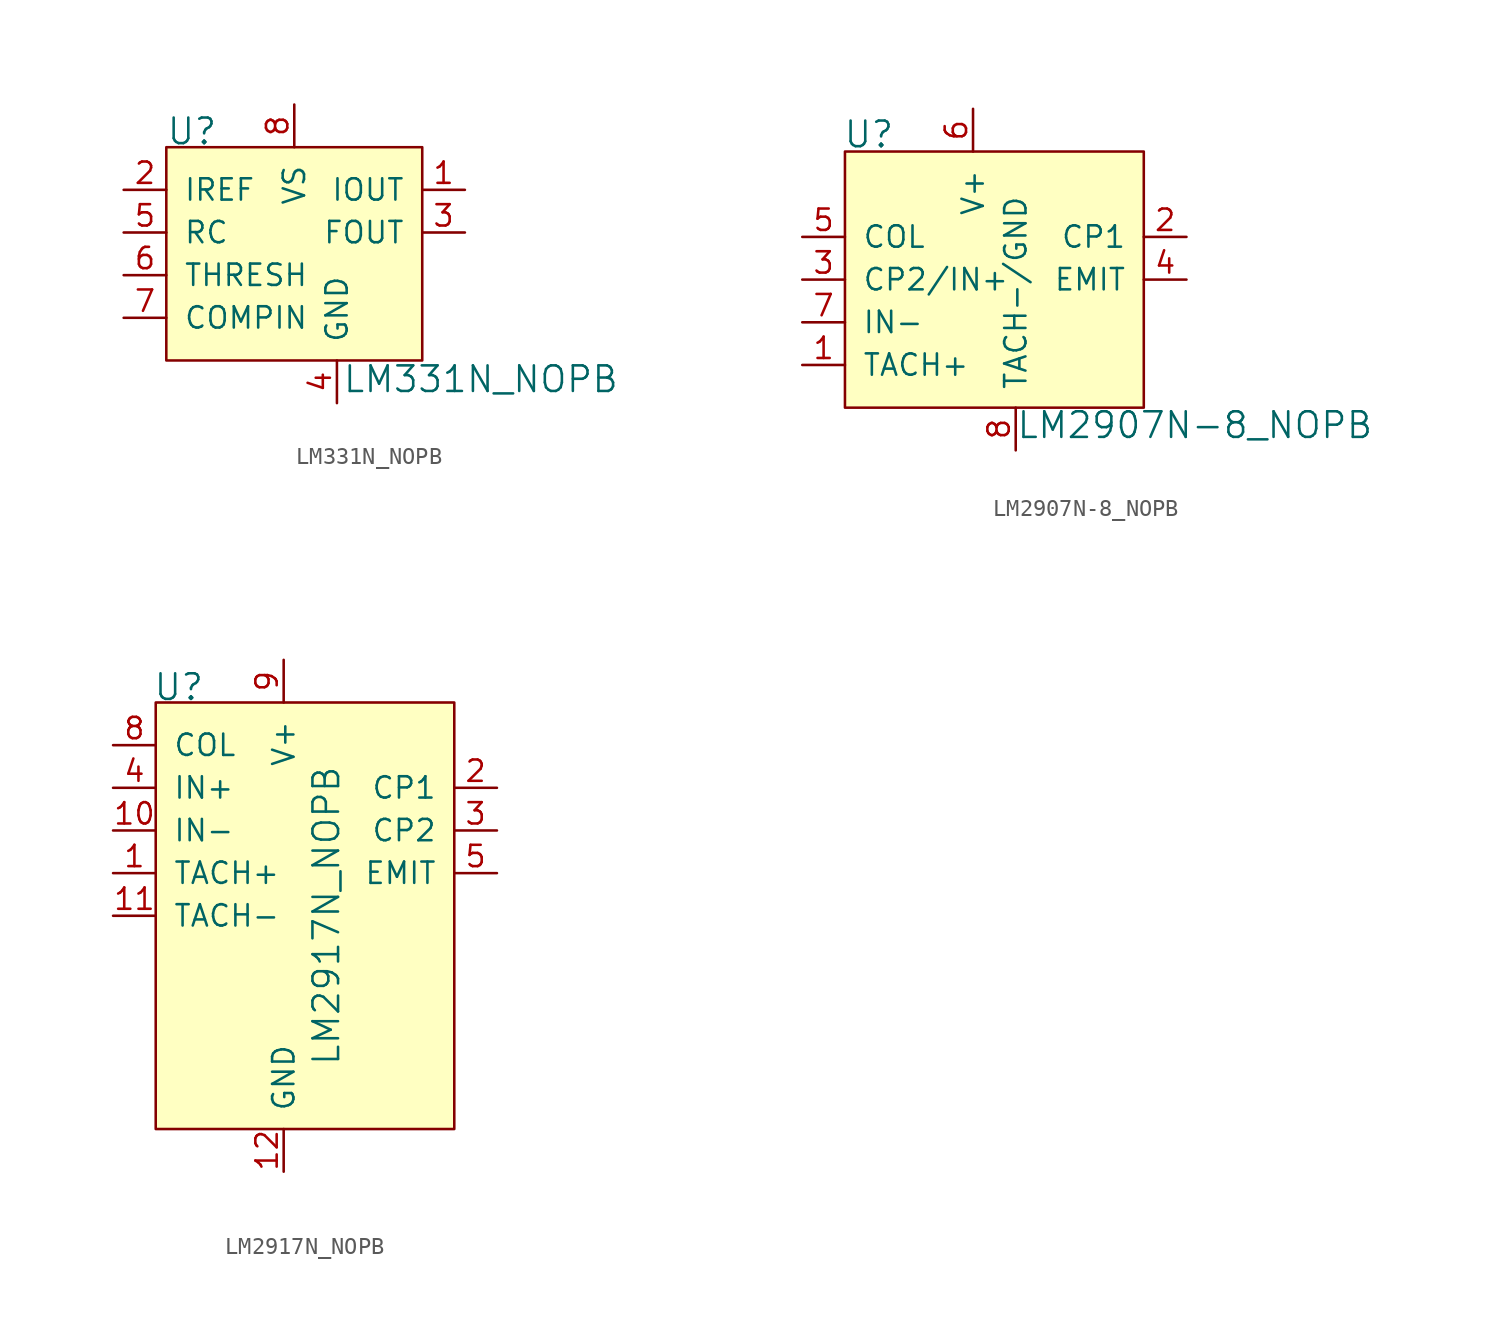
<source format=kicad_sym>
(kicad_symbol_lib
  (version 20220914)
  (generator kicad_symbol_editor)
  (symbol "LM331N_NOPB"
    (pin_names
      (offset 1.016))
    (property "Reference" "U"
      (at -7.645 0.94 0)
      (effects (font (size 1.524 1.524)) (justify left)))
    (property "Value" "LM331N_NOPB"
      (at 2.845 -13.818 0)
      (effects (font (size 1.524 1.524)) (justify left)))
    (symbol "LM331N_NOPB_0_1"
      (rectangle (start -7.62 0) (end 7.62 -12.7) (stroke (width 0) (type solid)) (fill (type background))))
    (symbol "LM331N_NOPB_1_1"
      (pin output line (at 10.16 -2.54 180) (length 2.54) (name "IOUT" (effects (font (size 1.27 1.27)))) (number "1" (effects (font (size 1.27 1.27)))))
      (pin input line (at -10.16 -2.54 0) (length 2.54) (name "IREF" (effects (font (size 1.27 1.27)))) (number "2" (effects (font (size 1.27 1.27)))))
      (pin output line (at 10.16 -5.08 180) (length 2.54) (name "FOUT" (effects (font (size 1.27 1.27)))) (number "3" (effects (font (size 1.27 1.27)))))
      (pin power_in line (at 2.54 -15.24 90) (length 2.54) (name "GND" (effects (font (size 1.27 1.27)))) (number "4" (effects (font (size 1.27 1.27)))))
      (pin input line (at -10.16 -5.08 0) (length 2.54) (name "RC" (effects (font (size 1.27 1.27)))) (number "5" (effects (font (size 1.27 1.27)))))
      (pin input line (at -10.16 -7.62 0) (length 2.54) (name "THRESH" (effects (font (size 1.27 1.27)))) (number "6" (effects (font (size 1.27 1.27)))))
      (pin input line (at -10.16 -10.16 0) (length 2.54) (name "COMPIN" (effects (font (size 1.27 1.27)))) (number "7" (effects (font (size 1.27 1.27)))))
      (pin power_in line (at 0 2.54 270) (length 2.54) (name "VS" (effects (font (size 1.27 1.27)))) (number "8" (effects (font (size 1.27 1.27)))))))
  (symbol "LM2907N-8_NOPB"
    (pin_names
      (offset 1.016))
    (property "Reference" "U"
      (at -10.287 1.016 0)
      (effects (font (size 1.524 1.524)) (justify left)))
    (property "Value" "LM2907N-8_NOPB"
      (at 0 -16.281 0)
      (effects (font (size 1.524 1.524)) (justify left)))
    (symbol "LM2907N-8_NOPB_0_1"
      (rectangle (start 7.62 0) (end -10.16 -15.24) (stroke (width 0) (type solid)) (fill (type background))))
    (symbol "LM2907N-8_NOPB_1_1"
      (pin input line (at -12.7 -12.7 0) (length 2.54) (name "TACH+" (effects (font (size 1.27 1.27)))) (number "1" (effects (font (size 1.27 1.27)))))
      (pin output line (at 10.16 -5.08 180) (length 2.54) (name "CP1" (effects (font (size 1.27 1.27)))) (number "2" (effects (font (size 1.27 1.27)))))
      (pin bidirectional line (at -12.7 -7.62 0) (length 2.54) (name "CP2/IN+" (effects (font (size 1.27 1.27)))) (number "3" (effects (font (size 1.27 1.27)))))
      (pin output line (at 10.16 -7.62 180) (length 2.54) (name "EMIT" (effects (font (size 1.27 1.27)))) (number "4" (effects (font (size 1.27 1.27)))))
      (pin input line (at -12.7 -5.08 0) (length 2.54) (name "COL" (effects (font (size 1.27 1.27)))) (number "5" (effects (font (size 1.27 1.27)))))
      (pin power_in line (at -2.54 2.54 270) (length 2.54) (name "V+" (effects (font (size 1.27 1.27)))) (number "6" (effects (font (size 1.27 1.27)))))
      (pin input line (at -12.7 -10.16 0) (length 2.54) (name "IN-" (effects (font (size 1.27 1.27)))) (number "7" (effects (font (size 1.27 1.27)))))
      (pin input line (at 0 -17.78 90) (length 2.54) (name "TACH-/GND" (effects (font (size 1.27 1.27)))) (number "8" (effects (font (size 1.27 1.27)))))))
  (symbol "LM2917N_NOPB"
    (pin_names
      (offset 1.016))
    (property "Reference" "U"
      (at -7.798 11.074 0)
      (effects (font (size 1.524 1.524)) (justify left)))
    (property "Value" "LM2917N_NOPB"
      (at 2.54 -2.54 90)
      (effects (font (size 1.524 1.524))))
    (symbol "LM2917N_NOPB_0_1"
      (rectangle (start -7.62 10.16) (end 10.16 -15.24) (stroke (width 0) (type solid)) (fill (type background))))
    (symbol "LM2917N_NOPB_1_1"
      (pin input line (at -10.16 0 0) (length 2.54) (name "TACH+" (effects (font (size 1.27 1.27)))) (number "1" (effects (font (size 1.27 1.27)))))
      (pin input line (at -10.16 2.54 0) (length 2.54) (name "IN-" (effects (font (size 1.27 1.27)))) (number "10" (effects (font (size 1.27 1.27)))))
      (pin input line (at -10.16 -2.54 0) (length 2.54) (name "TACH-" (effects (font (size 1.27 1.27)))) (number "11" (effects (font (size 1.27 1.27)))))
      (pin power_in line (at 0 -17.78 90) (length 2.54) (name "GND" (effects (font (size 1.27 1.27)))) (number "12" (effects (font (size 1.27 1.27)))))
      (pin no_connect line (at -7.62 -10.16 0) (length 2.54) hide (name "NC" (effects (font (size 1.27 1.27)))) (number "13" (effects (font (size 1.27 1.27)))))
      (pin no_connect line (at -7.62 -12.7 0) (length 2.54) hide (name "NC" (effects (font (size 1.27 1.27)))) (number "14" (effects (font (size 1.27 1.27)))))
      (pin output line (at 12.7 5.08 180) (length 2.54) (name "CP1" (effects (font (size 1.27 1.27)))) (number "2" (effects (font (size 1.27 1.27)))))
      (pin output line (at 12.7 2.54 180) (length 2.54) (name "CP2" (effects (font (size 1.27 1.27)))) (number "3" (effects (font (size 1.27 1.27)))))
      (pin input line (at -10.16 5.08 0) (length 2.54) (name "IN+" (effects (font (size 1.27 1.27)))) (number "4" (effects (font (size 1.27 1.27)))))
      (pin output line (at 12.7 0 180) (length 2.54) (name "EMIT" (effects (font (size 1.27 1.27)))) (number "5" (effects (font (size 1.27 1.27)))))
      (pin no_connect line (at -7.62 -5.08 0) (length 2.54) hide (name "NC" (effects (font (size 1.27 1.27)))) (number "6" (effects (font (size 1.27 1.27)))))
      (pin no_connect line (at -7.62 -7.62 0) (length 2.54) hide (name "NC" (effects (font (size 1.27 1.27)))) (number "7" (effects (font (size 1.27 1.27)))))
      (pin input line (at -10.16 7.62 0) (length 2.54) (name "COL" (effects (font (size 1.27 1.27)))) (number "8" (effects (font (size 1.27 1.27)))))
      (pin power_in line (at 0 12.7 270) (length 2.54) (name "V+" (effects (font (size 1.27 1.27)))) (number "9" (effects (font (size 1.27 1.27))))))))
</source>
